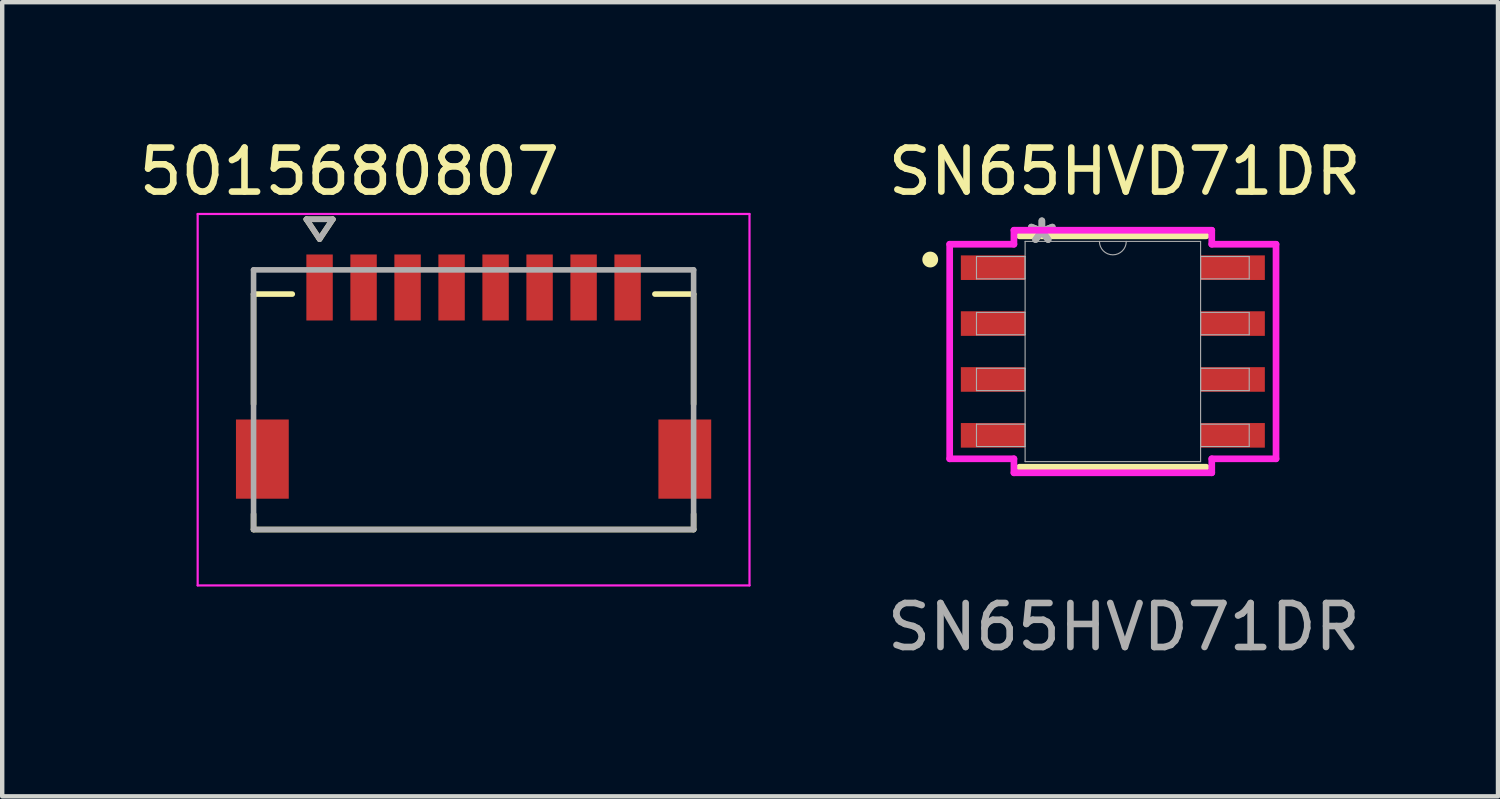
<source format=kicad_pcb>
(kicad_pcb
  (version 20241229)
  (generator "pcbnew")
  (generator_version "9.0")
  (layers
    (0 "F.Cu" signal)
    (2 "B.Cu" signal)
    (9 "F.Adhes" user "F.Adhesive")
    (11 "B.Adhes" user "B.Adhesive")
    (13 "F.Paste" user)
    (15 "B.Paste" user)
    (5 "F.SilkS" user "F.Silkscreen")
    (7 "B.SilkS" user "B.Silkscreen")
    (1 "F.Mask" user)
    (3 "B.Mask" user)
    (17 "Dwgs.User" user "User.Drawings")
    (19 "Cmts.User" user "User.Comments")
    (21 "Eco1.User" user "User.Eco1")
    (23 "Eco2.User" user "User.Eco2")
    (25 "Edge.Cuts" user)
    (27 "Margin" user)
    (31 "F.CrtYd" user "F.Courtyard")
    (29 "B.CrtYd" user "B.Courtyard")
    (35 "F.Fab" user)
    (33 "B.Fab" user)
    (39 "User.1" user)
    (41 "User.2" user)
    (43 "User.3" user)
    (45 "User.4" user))
  (footprint "SN65HVD71DR"
    (layer "F.Cu")
    (at 22.239 4.938)
    (property "Reference" "SN65HVD71DR" (at 0.27 -4.09 0) (unlocked yes) (layer "F.SilkS") (effects (font (size 1 1) (thickness 0.15))))
    (attr smd)
    (fp_line (start -2.121 2.629) (end 2.121 2.629) (stroke (width 0.152) (type solid)) (layer "F.SilkS"))
    (fp_line (start 2.121 -2.629) (end -2.121 -2.629) (stroke (width 0.152) (type solid)) (layer "F.SilkS"))
    (fp_circle (center -4.15 -2.09) (end -4.03 -2.09) (stroke (width 0.12) (type solid)) (fill yes) (layer "F.SilkS"))
    (fp_line (start -3.708 -2.438) (end -2.248 -2.438) (stroke (width 0.152) (type solid)) (layer "F.CrtYd"))
    (fp_line (start -3.708 2.438) (end -3.708 -2.438) (stroke (width 0.152) (type solid)) (layer "F.CrtYd"))
    (fp_line (start -3.708 2.438) (end -2.248 2.438) (stroke (width 0.152) (type solid)) (layer "F.CrtYd"))
    (fp_line (start -2.248 -2.756) (end 2.248 -2.756) (stroke (width 0.152) (type solid)) (layer "F.CrtYd"))
    (fp_line (start -2.248 -2.438) (end -2.248 -2.756) (stroke (width 0.152) (type solid)) (layer "F.CrtYd"))
    (fp_line (start -2.248 2.756) (end -2.248 2.438) (stroke (width 0.152) (type solid)) (layer "F.CrtYd"))
    (fp_line (start 2.248 -2.756) (end 2.248 -2.438) (stroke (width 0.152) (type solid)) (layer "F.CrtYd"))
    (fp_line (start 2.248 2.438) (end 2.248 2.756) (stroke (width 0.152) (type solid)) (layer "F.CrtYd"))
    (fp_line (start 2.248 2.756) (end -2.248 2.756) (stroke (width 0.152) (type solid)) (layer "F.CrtYd"))
    (fp_line (start 3.708 -2.438) (end 2.248 -2.438) (stroke (width 0.152) (type solid)) (layer "F.CrtYd"))
    (fp_line (start 3.708 -2.438) (end 3.708 2.438) (stroke (width 0.152) (type solid)) (layer "F.CrtYd"))
    (fp_line (start 3.708 2.438) (end 2.248 2.438) (stroke (width 0.152) (type solid)) (layer "F.CrtYd"))
    (fp_line (start -3.099 -2.159) (end -3.099 -1.651) (stroke (width 0.025) (type solid)) (layer "F.Fab"))
    (fp_line (start -3.099 -1.651) (end -1.994 -1.651) (stroke (width 0.025) (type solid)) (layer "F.Fab"))
    (fp_line (start -3.099 -0.889) (end -3.099 -0.381) (stroke (width 0.025) (type solid)) (layer "F.Fab"))
    (fp_line (start -3.099 -0.381) (end -1.994 -0.381) (stroke (width 0.025) (type solid)) (layer "F.Fab"))
    (fp_line (start -3.099 0.381) (end -3.099 0.889) (stroke (width 0.025) (type solid)) (layer "F.Fab"))
    (fp_line (start -3.099 0.889) (end -1.994 0.889) (stroke (width 0.025) (type solid)) (layer "F.Fab"))
    (fp_line (start -3.099 1.651) (end -3.099 2.159) (stroke (width 0.025) (type solid)) (layer "F.Fab"))
    (fp_line (start -3.099 2.159) (end -1.994 2.159) (stroke (width 0.025) (type solid)) (layer "F.Fab"))
    (fp_line (start -1.994 -2.502) (end -1.994 2.502) (stroke (width 0.025) (type solid)) (layer "F.Fab"))
    (fp_line (start -1.994 -2.159) (end -3.099 -2.159) (stroke (width 0.025) (type solid)) (layer "F.Fab"))
    (fp_line (start -1.994 -1.651) (end -1.994 -2.159) (stroke (width 0.025) (type solid)) (layer "F.Fab"))
    (fp_line (start -1.994 -0.889) (end -3.099 -0.889) (stroke (width 0.025) (type solid)) (layer "F.Fab"))
    (fp_line (start -1.994 -0.381) (end -1.994 -0.889) (stroke (width 0.025) (type solid)) (layer "F.Fab"))
    (fp_line (start -1.994 0.381) (end -3.099 0.381) (stroke (width 0.025) (type solid)) (layer "F.Fab"))
    (fp_line (start -1.994 0.889) (end -1.994 0.381) (stroke (width 0.025) (type solid)) (layer "F.Fab"))
    (fp_line (start -1.994 1.651) (end -3.099 1.651) (stroke (width 0.025) (type solid)) (layer "F.Fab"))
    (fp_line (start -1.994 2.159) (end -1.994 1.651) (stroke (width 0.025) (type solid)) (layer "F.Fab"))
    (fp_line (start -1.994 2.502) (end 1.994 2.502) (stroke (width 0.025) (type solid)) (layer "F.Fab"))
    (fp_line (start 1.994 -2.502) (end -1.994 -2.502) (stroke (width 0.025) (type solid)) (layer "F.Fab"))
    (fp_line (start 1.994 -2.159) (end 1.994 -1.651) (stroke (width 0.025) (type solid)) (layer "F.Fab"))
    (fp_line (start 1.994 -1.651) (end 3.099 -1.651) (stroke (width 0.025) (type solid)) (layer "F.Fab"))
    (fp_line (start 1.994 -0.889) (end 1.994 -0.381) (stroke (width 0.025) (type solid)) (layer "F.Fab"))
    (fp_line (start 1.994 -0.381) (end 3.099 -0.381) (stroke (width 0.025) (type solid)) (layer "F.Fab"))
    (fp_line (start 1.994 0.381) (end 1.994 0.889) (stroke (width 0.025) (type solid)) (layer "F.Fab"))
    (fp_line (start 1.994 0.889) (end 3.099 0.889) (stroke (width 0.025) (type solid)) (layer "F.Fab"))
    (fp_line (start 1.994 1.651) (end 1.994 2.159) (stroke (width 0.025) (type solid)) (layer "F.Fab"))
    (fp_line (start 1.994 2.159) (end 3.099 2.159) (stroke (width 0.025) (type solid)) (layer "F.Fab"))
    (fp_line (start 1.994 2.502) (end 1.994 -2.502) (stroke (width 0.025) (type solid)) (layer "F.Fab"))
    (fp_line (start 3.099 -2.159) (end 1.994 -2.159) (stroke (width 0.025) (type solid)) (layer "F.Fab"))
    (fp_line (start 3.099 -1.651) (end 3.099 -2.159) (stroke (width 0.025) (type solid)) (layer "F.Fab"))
    (fp_line (start 3.099 -0.889) (end 1.994 -0.889) (stroke (width 0.025) (type solid)) (layer "F.Fab"))
    (fp_line (start 3.099 -0.381) (end 3.099 -0.889) (stroke (width 0.025) (type solid)) (layer "F.Fab"))
    (fp_line (start 3.099 0.381) (end 1.994 0.381) (stroke (width 0.025) (type solid)) (layer "F.Fab"))
    (fp_line (start 3.099 0.889) (end 3.099 0.381) (stroke (width 0.025) (type solid)) (layer "F.Fab"))
    (fp_line (start 3.099 1.651) (end 1.994 1.651) (stroke (width 0.025) (type solid)) (layer "F.Fab"))
    (fp_line (start 3.099 2.159) (end 3.099 1.651) (stroke (width 0.025) (type solid)) (layer "F.Fab"))
    (fp_arc (start 0.3048 -2.5019) (mid 0 -2.1971) (end -0.3048 -2.5019) (stroke (width 0.0254) (type solid)) (layer "F.Fab"))
    (fp_text user "${REFERENCE}" (at 0.25 6.26 0) (unlocked yes) (layer "F.Fab") (effects (font (size 1 1) (thickness 0.15))))
    (fp_text user "*" (at -1.613 -2.426 0) (layer "F.Fab") (effects (font (size 1 1) (thickness 0.15))))
    (fp_text user "*" (at -1.613 -2.426 0) (unlocked yes) (layer "F.Fab") (effects (font (size 1 1) (thickness 0.15))))
    (pad "1" smd rect (at -2.724 -1.905) (size 1.46 0.559) (layers "F.Cu" "F.Mask" "F.Paste"))
    (pad "2" smd rect (at -2.724 -0.635) (size 1.46 0.559) (layers "F.Cu" "F.Mask" "F.Paste"))
    (pad "3" smd rect (at -2.724 0.635) (size 1.46 0.559) (layers "F.Cu" "F.Mask" "F.Paste"))
    (pad "4" smd rect (at -2.724 1.905) (size 1.46 0.559) (layers "F.Cu" "F.Mask" "F.Paste"))
    (pad "5" smd rect (at 2.724 1.905) (size 1.46 0.559) (layers "F.Cu" "F.Mask" "F.Paste"))
    (pad "6" smd rect (at 2.724 0.635) (size 1.46 0.559) (layers "F.Cu" "F.Mask" "F.Paste"))
    (pad "7" smd rect (at 2.724 -0.635) (size 1.46 0.559) (layers "F.Cu" "F.Mask" "F.Paste"))
    (pad "8" smd rect (at 2.724 -1.905) (size 1.46 0.559) (layers "F.Cu" "F.Mask" "F.Paste")))
  (footprint "5015680807"
    (layer "F.Cu")
    (at 7.712 6.033)
    (property "Reference" "5015680807" (at -2.825 -5.185 0) (layer "F.SilkS") (effects (font (size 1 1) (thickness 0.15))))
    (attr through_hole)
    (fp_poly (pts (xy -5.476 0.374) (xy -4.124 0.374) (xy -4.124 2.326) (xy -5.476 2.326)) (stroke (width 0.01) (type solid)) (fill yes) (layer "F.Mask"))
    (fp_poly (pts (xy -3.876 -3.376) (xy -3.124 -3.376) (xy -3.124 -1.724) (xy -3.876 -1.724)) (stroke (width 0.01) (type solid)) (fill yes) (layer "F.Mask"))
    (fp_poly (pts (xy -2.876 -3.376) (xy -2.124 -3.376) (xy -2.124 -1.724) (xy -2.876 -1.724)) (stroke (width 0.01) (type solid)) (fill yes) (layer "F.Mask"))
    (fp_poly (pts (xy -1.876 -3.376) (xy -1.124 -3.376) (xy -1.124 -1.724) (xy -1.876 -1.724)) (stroke (width 0.01) (type solid)) (fill yes) (layer "F.Mask"))
    (fp_poly (pts (xy -0.876 -3.376) (xy -0.124 -3.376) (xy -0.124 -1.724) (xy -0.876 -1.724)) (stroke (width 0.01) (type solid)) (fill yes) (layer "F.Mask"))
    (fp_poly (pts (xy 0.124 -3.376) (xy 0.876 -3.376) (xy 0.876 -1.724) (xy 0.124 -1.724)) (stroke (width 0.01) (type solid)) (fill yes) (layer "F.Mask"))
    (fp_poly (pts (xy 1.124 -3.376) (xy 1.876 -3.376) (xy 1.876 -1.724) (xy 1.124 -1.724)) (stroke (width 0.01) (type solid)) (fill yes) (layer "F.Mask"))
    (fp_poly (pts (xy 2.124 -3.376) (xy 2.876 -3.376) (xy 2.876 -1.724) (xy 2.124 -1.724)) (stroke (width 0.01) (type solid)) (fill yes) (layer "F.Mask"))
    (fp_poly (pts (xy 3.124 -3.376) (xy 3.876 -3.376) (xy 3.876 -1.724) (xy 3.124 -1.724)) (stroke (width 0.01) (type solid)) (fill yes) (layer "F.Mask"))
    (fp_poly (pts (xy 4.124 0.374) (xy 5.476 0.374) (xy 5.476 2.326) (xy 4.124 2.326)) (stroke (width 0.01) (type solid)) (fill yes) (layer "F.Mask"))
    (fp_line (start -5 -2.4) (end -4.12 -2.4) (stroke (width 0.127) (type solid)) (layer "F.SilkS"))
    (fp_line (start -5 0.1) (end -5 -2.4) (stroke (width 0.127) (type solid)) (layer "F.SilkS"))
    (fp_line (start -5 2.6) (end -5 2.95) (stroke (width 0.127) (type solid)) (layer "F.SilkS"))
    (fp_line (start -5 2.95) (end 5 2.95) (stroke (width 0.127) (type solid)) (layer "F.SilkS"))
    (fp_line (start -3.8 -4.1) (end -3.2 -4.1) (stroke (width 0.127) (type solid)) (layer "F.SilkS"))
    (fp_line (start -3.5 -3.65) (end -3.8 -4.1) (stroke (width 0.127) (type solid)) (layer "F.SilkS"))
    (fp_line (start -3.2 -4.1) (end -3.5 -3.65) (stroke (width 0.127) (type solid)) (layer "F.SilkS"))
    (fp_line (start 4.12 -2.4) (end 5 -2.4) (stroke (width 0.127) (type solid)) (layer "F.SilkS"))
    (fp_line (start 5 -2.4) (end 5 0.1) (stroke (width 0.127) (type solid)) (layer "F.SilkS"))
    (fp_line (start 5 2.95) (end 5 2.6) (stroke (width 0.127) (type solid)) (layer "F.SilkS"))
    (fp_line (start -6.27 -4.22) (end 6.27 -4.22) (stroke (width 0.05) (type solid)) (layer "F.CrtYd"))
    (fp_line (start -6.27 4.22) (end -6.27 -4.22) (stroke (width 0.05) (type solid)) (layer "F.CrtYd"))
    (fp_line (start -6.27 4.22) (end 6.27 4.22) (stroke (width 0.05) (type solid)) (layer "F.CrtYd"))
    (fp_line (start 6.27 -4.22) (end 6.27 4.22) (stroke (width 0.05) (type solid)) (layer "F.CrtYd"))
    (fp_line (start -5 -2.95) (end 5 -2.95) (stroke (width 0.127) (type solid)) (layer "F.Fab"))
    (fp_line (start -5 2.95) (end -5 -2.95) (stroke (width 0.127) (type solid)) (layer "F.Fab"))
    (fp_line (start -3.8 -4.1) (end -3.2 -4.1) (stroke (width 0.127) (type solid)) (layer "F.Fab"))
    (fp_line (start -3.5 -3.65) (end -3.8 -4.1) (stroke (width 0.127) (type solid)) (layer "F.Fab"))
    (fp_line (start -3.2 -4.1) (end -3.5 -3.65) (stroke (width 0.127) (type solid)) (layer "F.Fab"))
    (fp_line (start 5 -2.95) (end 5 2.95) (stroke (width 0.127) (type solid)) (layer "F.Fab"))
    (fp_line (start 5 2.95) (end -5 2.95) (stroke (width 0.127) (type solid)) (layer "F.Fab"))
    (pad "1" smd rect (at -3.5 -2.55) (size 0.6 1.5) (layers "F.Cu" "F.Paste"))
    (pad "2" smd rect (at -2.5 -2.55) (size 0.6 1.5) (layers "F.Cu" "F.Paste"))
    (pad "3" smd rect (at -1.5 -2.55) (size 0.6 1.5) (layers "F.Cu" "F.Paste"))
    (pad "4" smd rect (at -0.5 -2.55) (size 0.6 1.5) (layers "F.Cu" "F.Paste"))
    (pad "5" smd rect (at 0.5 -2.55) (size 0.6 1.5) (layers "F.Cu" "F.Paste"))
    (pad "6" smd rect (at 1.5 -2.55) (size 0.6 1.5) (layers "F.Cu" "F.Paste"))
    (pad "7" smd rect (at 2.5 -2.55) (size 0.6 1.5) (layers "F.Cu" "F.Paste"))
    (pad "8" smd rect (at 3.5 -2.55) (size 0.6 1.5) (layers "F.Cu" "F.Paste"))
    (pad "S1" smd rect (at 4.8 1.35) (size 1.2 1.8) (layers "F.Cu" "F.Paste"))
    (pad "S2" smd rect (at -4.8 1.35) (size 1.2 1.8) (layers "F.Cu" "F.Paste"))
    (zone (net_name "") (layer "F.Cu") (hatch full 0.508) (connect_pads) (min_thickness 0.01) (filled_areas_thickness no) (keepout (tracks not_allowed) (vias not_allowed) (pads not_allowed) (copperpour not_allowed) (footprints allowed)) (placement (enabled no)) (fill) (polygon (pts (xy 12.062 6.478) (xy 12.062 3.633) (xy 11.517 3.633) (xy 11.517 4.238) (xy 10.907 4.238) (xy 10.907 3.633) (xy 10.517 3.633) (xy 10.517 4.238) (xy 9.907 4.238) (xy 9.907 3.633) (xy 9.517 3.633) (xy 9.517 4.238) (xy 8.907 4.238) (xy 8.907 3.633) (xy 8.517 3.633) (xy 8.517 4.238) (xy 7.907 4.238) (xy 7.907 3.633) (xy 7.517 3.633) (xy 7.517 4.238) (xy 6.907 4.238) (xy 6.907 3.633) (xy 6.517 3.633) (xy 6.517 4.238) (xy 5.907 4.238) (xy 5.907 3.633) (xy 5.517 3.633) (xy 5.517 4.238) (xy 4.907 4.238) (xy 4.907 3.633) (xy 4.517 3.633) (xy 4.517 4.238) (xy 3.907 4.238) (xy 3.907 3.633) (xy 3.362 3.633) (xy 3.362 6.478) (xy 3.517 6.478) (xy 3.517 8.288) (xy 3.362 8.288) (xy 3.362 9.283) (xy 12.062 9.283) (xy 12.062 8.288) (xy 11.907 8.288) (xy 11.907 6.478)))))
  (gr_rect
    (start -3 -3)
    (end 30.991 15.046)
    (stroke (width 0.1) (type default))
    (fill no)
    (layer "Edge.Cuts")))
</source>
